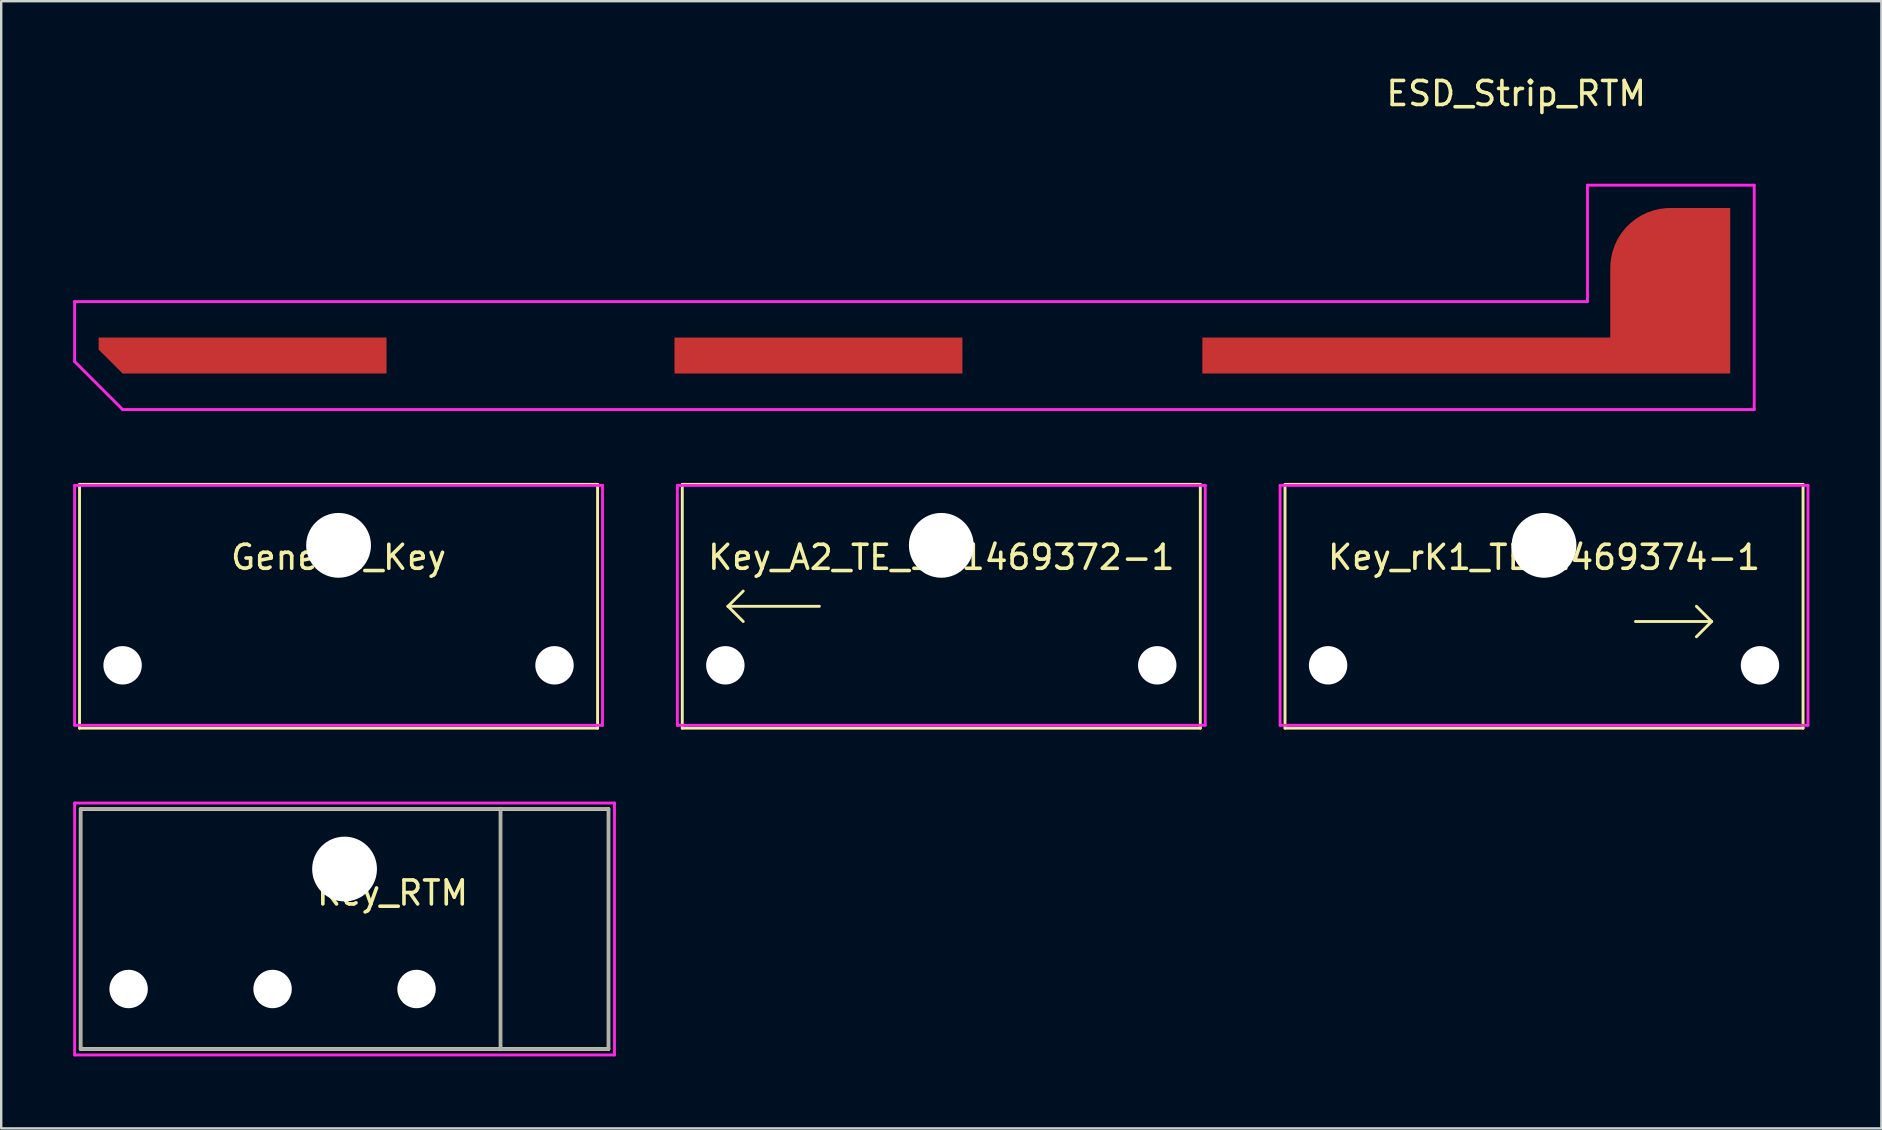
<source format=kicad_pcb>
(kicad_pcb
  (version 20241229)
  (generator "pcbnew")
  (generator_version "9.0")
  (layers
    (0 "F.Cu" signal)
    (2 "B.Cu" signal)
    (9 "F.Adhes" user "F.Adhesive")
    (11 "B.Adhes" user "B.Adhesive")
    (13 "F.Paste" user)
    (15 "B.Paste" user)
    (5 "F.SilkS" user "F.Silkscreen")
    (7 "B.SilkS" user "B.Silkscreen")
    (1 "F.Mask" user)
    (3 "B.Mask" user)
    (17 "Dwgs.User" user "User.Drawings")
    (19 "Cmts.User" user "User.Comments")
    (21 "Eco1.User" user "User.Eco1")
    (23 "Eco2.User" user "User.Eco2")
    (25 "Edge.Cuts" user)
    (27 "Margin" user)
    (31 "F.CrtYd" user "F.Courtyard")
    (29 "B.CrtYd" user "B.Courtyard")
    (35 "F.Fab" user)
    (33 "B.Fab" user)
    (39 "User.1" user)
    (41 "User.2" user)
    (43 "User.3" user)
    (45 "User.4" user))
  (footprint "Key_rK1_TE_1469374-1"
    (layer "F.Cu")
    (at 61.3 19.678)
    (property "Reference" "Key_rK1_TE_1469374-1" (at 0 0.5 0) (layer "F.SilkS") (effects (font (size 1 1) (thickness 0.15))))
    (attr through_hole)
    (fp_line (start -10.795 -2.54) (end 10.795 -2.54) (stroke (width 0.12) (type solid)) (layer "F.SilkS"))
    (fp_line (start -10.795 7.62) (end -10.795 -2.54) (stroke (width 0.12) (type solid)) (layer "F.SilkS"))
    (fp_line (start 3.81 3.175) (end 6.985 3.175) (stroke (width 0.12) (type solid)) (layer "F.SilkS"))
    (fp_line (start 6.985 3.175) (end 6.35 2.54) (stroke (width 0.12) (type solid)) (layer "F.SilkS"))
    (fp_line (start 6.985 3.175) (end 6.35 3.81) (stroke (width 0.12) (type solid)) (layer "F.SilkS"))
    (fp_line (start 10.795 -2.54) (end 10.795 7.62) (stroke (width 0.12) (type solid)) (layer "F.SilkS"))
    (fp_line (start 10.795 7.62) (end -10.795 7.62) (stroke (width 0.12) (type solid)) (layer "F.SilkS"))
    (fp_line (start -11 -2.5) (end 11 -2.5) (stroke (width 0.12) (type solid)) (layer "F.CrtYd"))
    (fp_line (start -11 7.5) (end -11 -2.5) (stroke (width 0.12) (type solid)) (layer "F.CrtYd"))
    (fp_line (start 11 -2.5) (end 11 7.5) (stroke (width 0.12) (type solid)) (layer "F.CrtYd"))
    (fp_line (start 11 7.5) (end -11 7.5) (stroke (width 0.12) (type solid)) (layer "F.CrtYd"))
    (pad "" np_thru_hole circle (at -9 5) (size 1.6 1.6) (drill 1.6) (layers "*.Cu" "*.Mask"))
    (pad "" np_thru_hole circle (at 0 0) (size 2.7 2.7) (drill 2.7) (layers "*.Cu" "*.Mask"))
    (pad "" np_thru_hole circle (at 9 5) (size 1.6 1.6) (drill 1.6) (layers "*.Cu" "*.Mask")))
  (footprint "Generic_Key"
    (layer "F.Cu")
    (at 11.06 19.678)
    (property "Reference" "Generic_Key" (at 0 0.5 0) (layer "F.SilkS") (effects (font (size 1 1) (thickness 0.15))))
    (attr through_hole)
    (fp_line (start -10.795 -2.54) (end 10.795 -2.54) (stroke (width 0.12) (type solid)) (layer "F.SilkS"))
    (fp_line (start -10.795 7.62) (end -10.795 -2.54) (stroke (width 0.12) (type solid)) (layer "F.SilkS"))
    (fp_line (start 10.795 -2.54) (end 10.795 7.62) (stroke (width 0.12) (type solid)) (layer "F.SilkS"))
    (fp_line (start 10.795 7.62) (end -10.795 7.62) (stroke (width 0.12) (type solid)) (layer "F.SilkS"))
    (fp_line (start -11 -2.5) (end 11 -2.5) (stroke (width 0.12) (type solid)) (layer "F.CrtYd"))
    (fp_line (start -11 7.5) (end -11 -2.5) (stroke (width 0.12) (type solid)) (layer "F.CrtYd"))
    (fp_line (start -11 7.5) (end 11 7.5) (stroke (width 0.12) (type solid)) (layer "F.CrtYd"))
    (fp_line (start 11 -2.5) (end 11 7.5) (stroke (width 0.12) (type solid)) (layer "F.CrtYd"))
    (pad "" np_thru_hole circle (at -9 5 90) (size 1.6 1.6) (drill 1.6) (layers "*.Cu" "*.Mask"))
    (pad "" np_thru_hole circle (at 0 0) (size 2.7 2.7) (drill 2.7) (layers "*.Cu" "*.Mask"))
    (pad "" np_thru_hole circle (at 9 5 90) (size 1.6 1.6) (drill 1.6) (layers "*.Cu" "*.Mask")))
  (footprint "Key_A2_TE_1-1469372-1"
    (layer "F.Cu")
    (at 36.18 19.678)
    (property "Reference" "Key_A2_TE_1-1469372-1" (at 0 0.5 0) (layer "F.SilkS") (effects (font (size 1 1) (thickness 0.15))))
    (attr through_hole)
    (fp_line (start -10.795 -2.54) (end 10.795 -2.54) (stroke (width 0.12) (type solid)) (layer "F.SilkS"))
    (fp_line (start -10.795 7.62) (end -10.795 -2.54) (stroke (width 0.12) (type solid)) (layer "F.SilkS"))
    (fp_line (start -8.89 2.54) (end -8.255 1.905) (stroke (width 0.12) (type solid)) (layer "F.SilkS"))
    (fp_line (start -8.89 2.54) (end -8.255 3.175) (stroke (width 0.12) (type solid)) (layer "F.SilkS"))
    (fp_line (start -8.89 2.54) (end -5.08 2.54) (stroke (width 0.12) (type solid)) (layer "F.SilkS"))
    (fp_line (start 10.795 -2.54) (end 10.795 7.62) (stroke (width 0.12) (type solid)) (layer "F.SilkS"))
    (fp_line (start 10.795 7.62) (end -10.795 7.62) (stroke (width 0.12) (type solid)) (layer "F.SilkS"))
    (fp_line (start -11 -2.5) (end 11 -2.5) (stroke (width 0.12) (type solid)) (layer "F.CrtYd"))
    (fp_line (start -11 7.5) (end -11 -2.5) (stroke (width 0.12) (type solid)) (layer "F.CrtYd"))
    (fp_line (start -11 7.5) (end 11 7.5) (stroke (width 0.12) (type solid)) (layer "F.CrtYd"))
    (fp_line (start 11 -2.5) (end 11 7.5) (stroke (width 0.12) (type solid)) (layer "F.CrtYd"))
    (pad "" np_thru_hole circle (at -9 5 90) (size 1.6 1.6) (drill 1.6) (layers "*.Cu" "*.Mask"))
    (pad "" np_thru_hole circle (at 0 0) (size 2.7 2.7) (drill 2.7) (layers "*.Cu" "*.Mask"))
    (pad "" np_thru_hole circle (at 9 5 90) (size 1.6 1.6) (drill 1.6) (layers "*.Cu" "*.Mask")))
  (footprint "ESD_Strip_RTM"
    (layer "F.Cu")
    (at 66.49 8.468)
    (property "Reference" "ESD_Strip_RTM" (at -6.35 -7.62 0) (layer "F.SilkS") (effects (font (size 1 1) (thickness 0.15))))
    (attr exclude_from_pos_files exclude_from_bom)
    (fp_line (start -66.43 1.05) (end -66.43 3.55) (stroke (width 0.12) (type solid)) (layer "F.CrtYd"))
    (fp_line (start -66.43 1.05) (end -3.38 1.05) (stroke (width 0.12) (type solid)) (layer "F.CrtYd"))
    (fp_line (start -66.43 3.55) (end -64.43 5.55) (stroke (width 0.12) (type solid)) (layer "F.CrtYd"))
    (fp_line (start -64.43 5.55) (end 3.57 5.55) (stroke (width 0.12) (type solid)) (layer "F.CrtYd"))
    (fp_line (start -3.38 -3.8) (end -3.38 1.05) (stroke (width 0.12) (type solid)) (layer "F.CrtYd"))
    (fp_line (start -3.38 -3.8) (end 3.57 -3.8) (stroke (width 0.12) (type solid)) (layer "F.CrtYd"))
    (fp_line (start 3.57 -3.8) (end 3.57 5.55) (stroke (width 0.12) (type solid)) (layer "F.CrtYd"))
    (pad "1" smd custom (at -55.43 3.55) (size 1 1) (layers "F.Cu" "F.Mask") (options (anchor rect)) (primitives (gr_poly (pts (xy -10 -1) (xy 2 -1) (xy 2 0.5) (xy -9 0.5) (xy -10 -0.5)) (width 0) (fill yes))))
    (pad "2" smd custom (at -30.43 3.55) (size 1 1) (layers "F.Cu" "F.Mask") (options (anchor rect)) (primitives (gr_poly (pts (xy -11 -1) (xy 1 -1) (xy 1 0.5) (xy -11 0.5)) (width 0) (fill yes))))
    (pad "3" smd custom (at 0 3.55) (size 1 1) (layers "F.Cu" "F.Mask") (options (anchor rect)) (primitives (gr_poly (pts (xy -19.43 -1) (xy -2.43 -1) (xy -2.43 -3.9) (xy 0.07 -6.4) (xy 2.57 -6.4) (xy 2.57 0.5) (xy -19.43 0.5)) (width 0) (fill yes)) (gr_circle (center 0.07 -3.9) (end 2.57 -3.9) (width 0) (fill yes)))))
  (footprint "Key_RTM"
    (layer "F.Cu")
    (at 11.31 33.168)
    (property "Reference" "Key_RTM" (at 2 1 0) (layer "F.SilkS") (effects (font (size 1 1) (thickness 0.15))))
    (attr through_hole)
    (fp_line (start -11 -2.5) (end 11 -2.5) (stroke (width 0.15) (type solid)) (layer "F.SilkS"))
    (fp_line (start -11 7.5) (end -11 -2.5) (stroke (width 0.15) (type solid)) (layer "F.SilkS"))
    (fp_line (start -11 7.5) (end 11 7.5) (stroke (width 0.15) (type solid)) (layer "F.SilkS"))
    (fp_line (start 6.5 7.5) (end 6.5 -2.5) (stroke (width 0.15) (type solid)) (layer "F.SilkS"))
    (fp_line (start 11 7.5) (end 11 -2.5) (stroke (width 0.15) (type solid)) (layer "F.SilkS"))
    (fp_line (start -11.25 -2.75) (end -11.25 7.75) (stroke (width 0.12) (type solid)) (layer "F.CrtYd"))
    (fp_line (start -11.25 7.75) (end 11.25 7.75) (stroke (width 0.12) (type solid)) (layer "F.CrtYd"))
    (fp_line (start 11.25 -2.75) (end -11.25 -2.75) (stroke (width 0.12) (type solid)) (layer "F.CrtYd"))
    (fp_line (start 11.25 7.75) (end 11.25 -2.75) (stroke (width 0.12) (type solid)) (layer "F.CrtYd"))
    (fp_line (start -11 -2.5) (end -11 7.5) (stroke (width 0.12) (type solid)) (layer "F.Fab"))
    (fp_line (start -11 7.5) (end 11 7.5) (stroke (width 0.12) (type solid)) (layer "F.Fab"))
    (fp_line (start 6.5 -2.5) (end 6.5 7.5) (stroke (width 0.12) (type solid)) (layer "F.Fab"))
    (fp_line (start 11 -2.5) (end -11 -2.5) (stroke (width 0.12) (type solid)) (layer "F.Fab"))
    (fp_line (start 11 7.5) (end 11 -2.5) (stroke (width 0.12) (type solid)) (layer "F.Fab"))
    (pad "" np_thru_hole circle (at -9 5) (size 1.6 1.6) (drill 1.6) (layers "*.Cu" "*.Mask"))
    (pad "" np_thru_hole circle (at -3 5) (size 1.6 1.6) (drill 1.6) (layers "*.Cu" "*.Mask"))
    (pad "" np_thru_hole circle (at 0 0) (size 2.7 2.7) (drill 2.7) (layers "*.Cu" "*.Mask"))
    (pad "" np_thru_hole circle (at 3 5) (size 1.6 1.6) (drill 1.6) (layers "*.Cu" "*.Mask")))
  (gr_rect
    (start -3 -3)
    (end 75.36 43.978)
    (stroke (width 0.1) (type default))
    (fill no)
    (layer "Edge.Cuts")))
</source>
